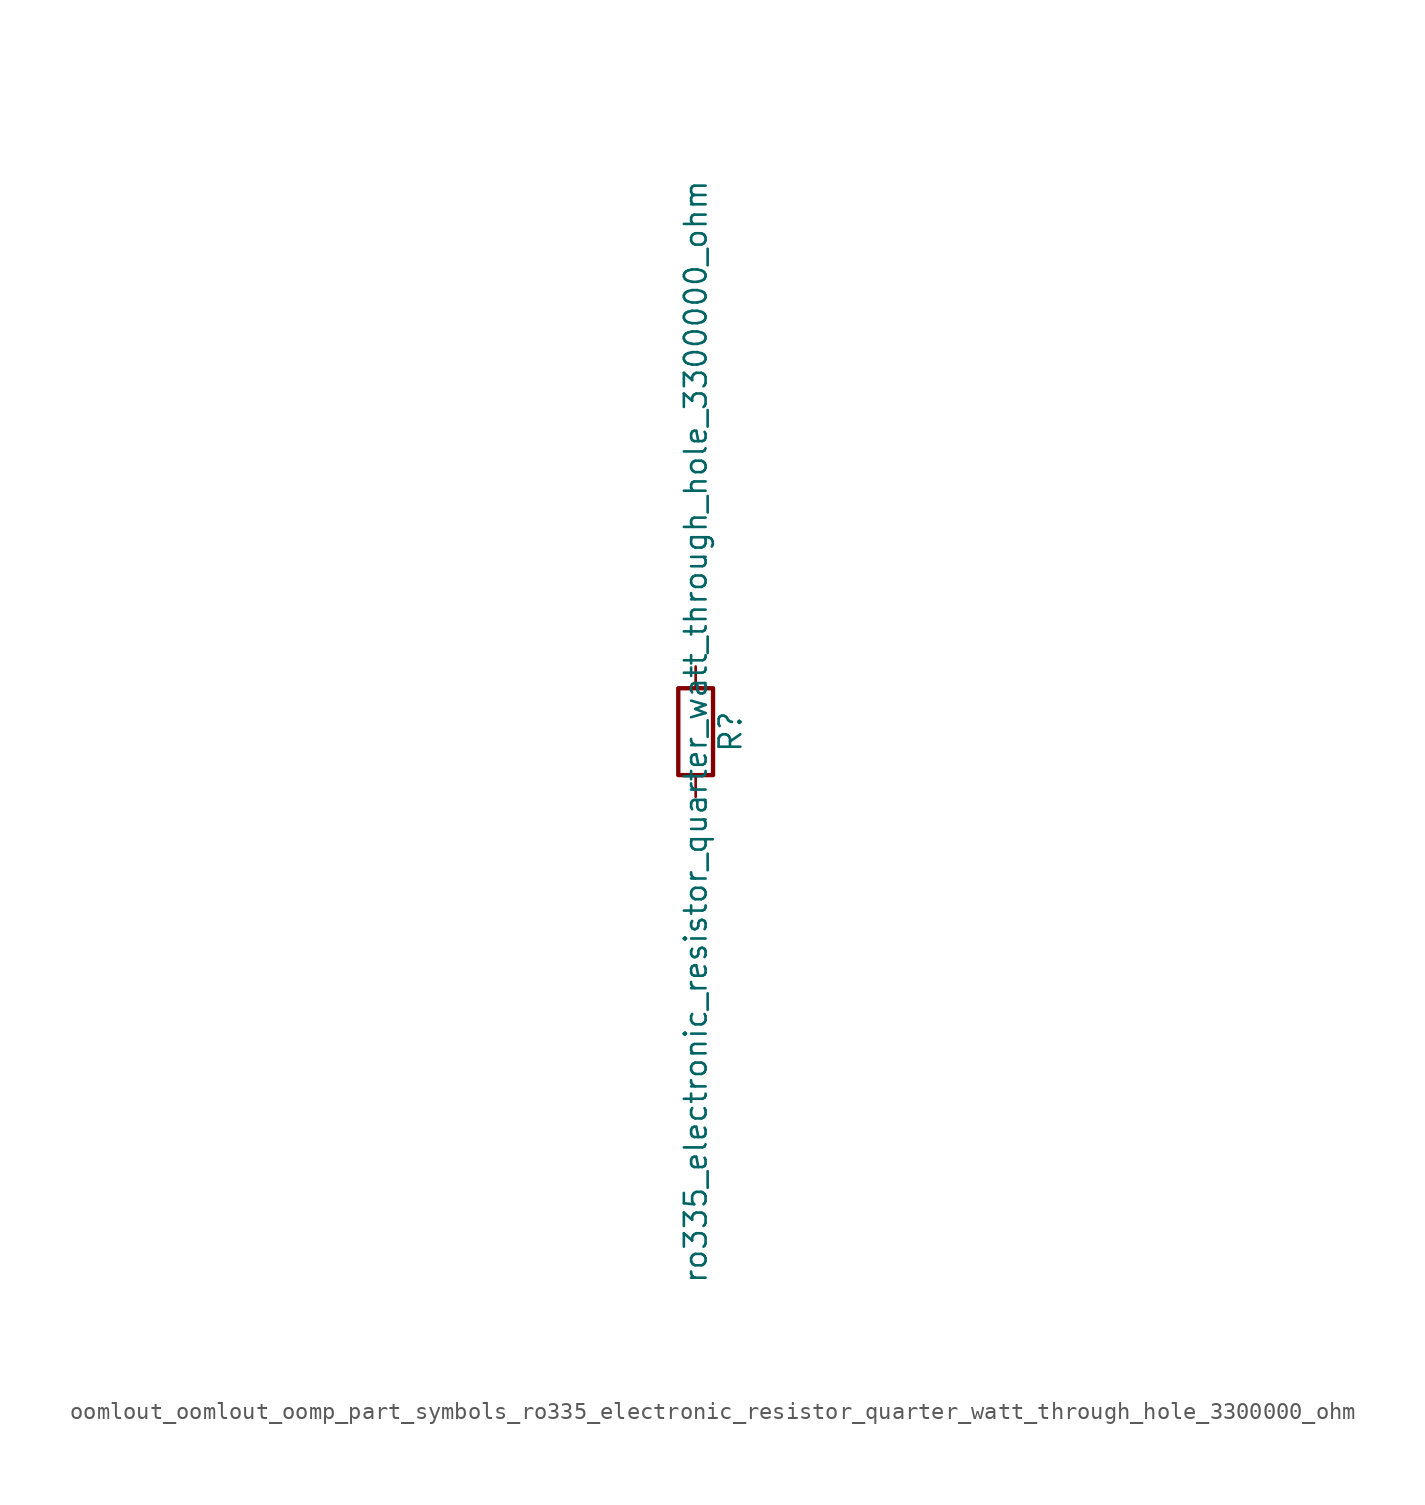
<source format=kicad_sym>
(kicad_symbol_lib
  (version 20220914)
  (generator kicad_symbol_editor)
  (symbol "oomlout_oomlout_oomp_part_symbols_ro335_electronic_resistor_quarter_watt_through_hole_3300000_ohm"
    (pin_numbers hide)
    (pin_names
      (offset 0))
    (property "Reference" "R"
      (at 2.032 0 90)
      (effects (font (size 1.27 1.27))))
    (property "Value" "ro335_electronic_resistor_quarter_watt_through_hole_3300000_ohm"
      (at 0 0 90)
      (effects (font (size 1.27 1.27))))
    (symbol "oomlout_oomlout_oomp_part_symbols_ro335_electronic_resistor_quarter_watt_through_hole_3300000_ohm_0_1"
      (rectangle (start -1.016 -2.54) (end 1.016 2.54) (stroke (width 0.254) (type default)) (fill (type none))))
    (symbol "oomlout_oomlout_oomp_part_symbols_ro335_electronic_resistor_quarter_watt_through_hole_3300000_ohm_1_1"
      (pin passive line (at 0 3.81 270) (length 1.27) (name "~" (effects (font (size 1.27 1.27)))) (number "1" (effects (font (size 1.27 1.27)))))
      (pin passive line (at 0 -3.81 90) (length 1.27) (name "~" (effects (font (size 1.27 1.27)))) (number "2" (effects (font (size 1.27 1.27))))))))
</source>
